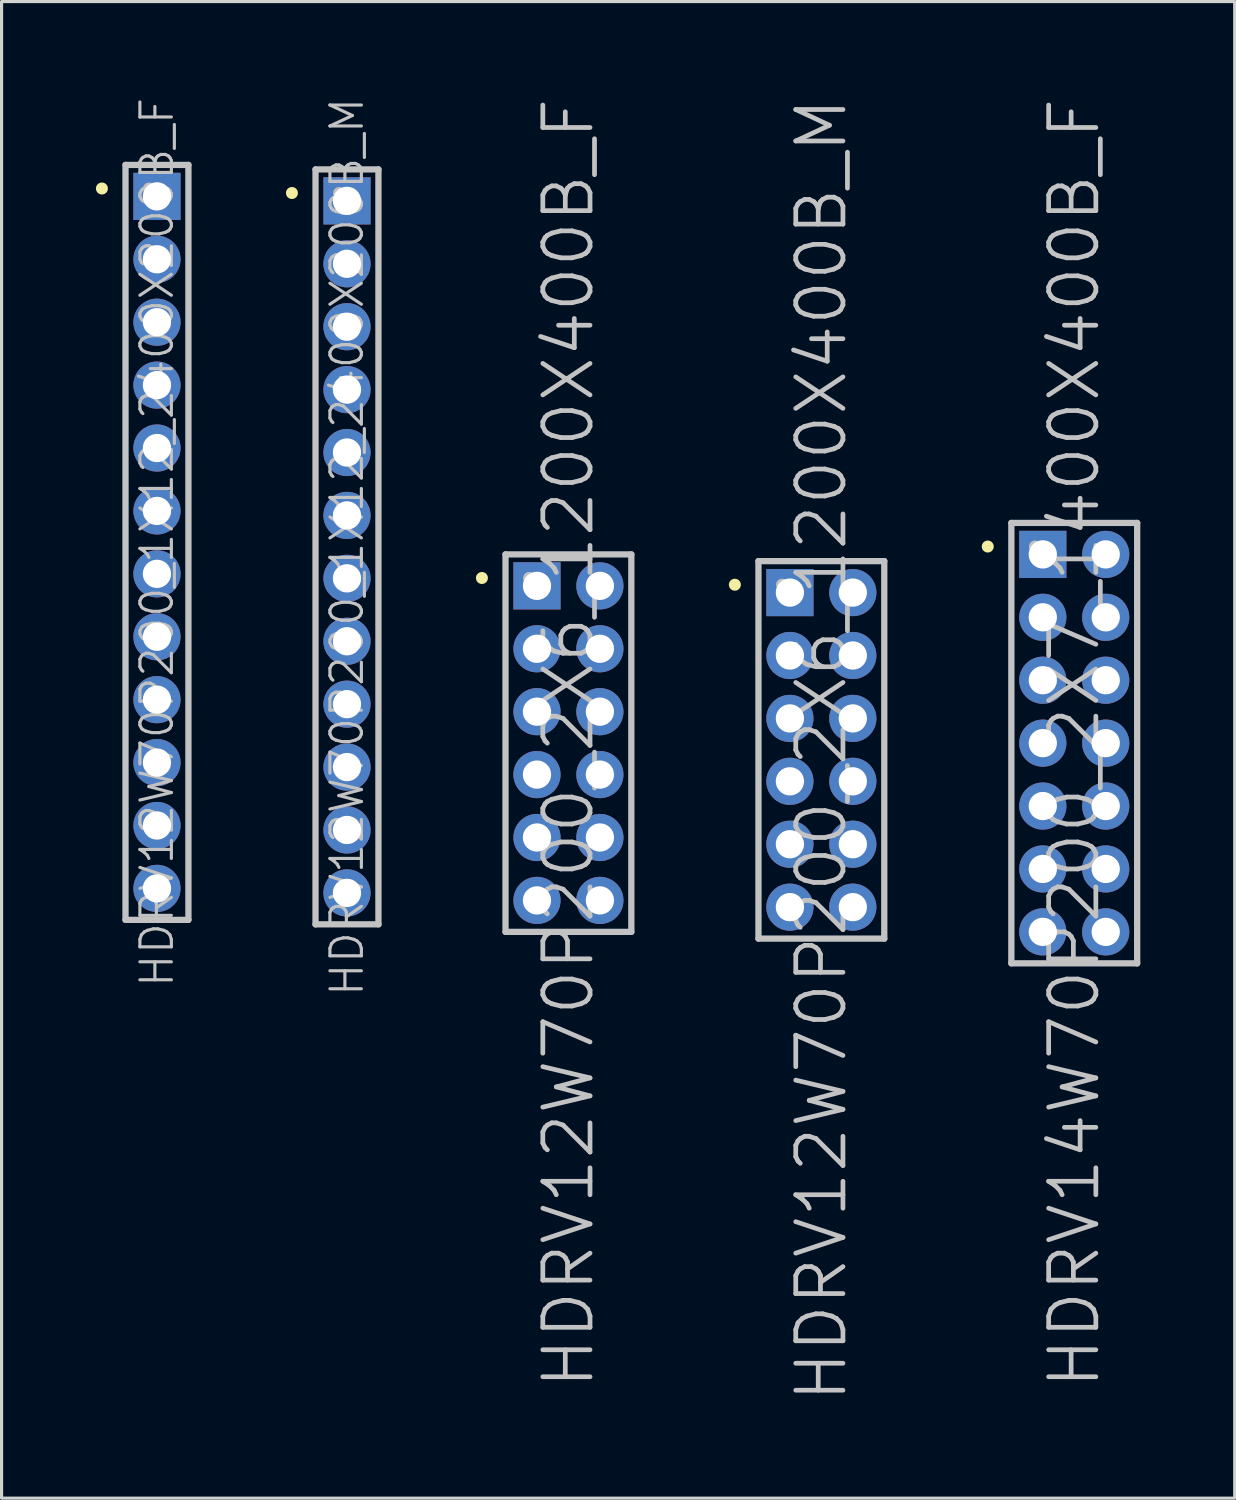
<source format=kicad_pcb>
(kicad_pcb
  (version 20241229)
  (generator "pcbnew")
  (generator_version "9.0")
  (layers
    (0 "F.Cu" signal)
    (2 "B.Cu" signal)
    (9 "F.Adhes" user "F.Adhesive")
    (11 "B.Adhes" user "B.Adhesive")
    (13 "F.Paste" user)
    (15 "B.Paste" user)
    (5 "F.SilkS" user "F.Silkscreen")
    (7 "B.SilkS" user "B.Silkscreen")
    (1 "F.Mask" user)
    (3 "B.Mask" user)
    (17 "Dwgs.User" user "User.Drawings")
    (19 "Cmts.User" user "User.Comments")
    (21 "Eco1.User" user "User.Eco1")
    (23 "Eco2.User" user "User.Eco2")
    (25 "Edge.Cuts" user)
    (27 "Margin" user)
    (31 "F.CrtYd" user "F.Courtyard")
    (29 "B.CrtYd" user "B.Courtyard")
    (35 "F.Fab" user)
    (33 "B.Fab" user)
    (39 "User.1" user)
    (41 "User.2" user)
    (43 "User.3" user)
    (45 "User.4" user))
  (footprint "HDRV12W70P200_2X6_1200X400B_M"
    (layer "F.Cu")
    (at 23.062 20.789)
    (property "Reference" "HDRV12W70P200_2X6_1200X400B_M" (at 0 0 90) (layer "Dwgs.User") (effects (font (size 1.5 1.5) (thickness 0.15))))
    (attr through_hole)
    (fp_line (start -2.75 -5.25) (end -2.75 -5.25) (stroke (width 0.381) (type solid)) (layer "F.SilkS"))
    (fp_line (start -2 -6) (end -2 6) (stroke (width 0.2) (type solid)) (layer "Dwgs.User"))
    (fp_line (start -2 -6) (end 2 -6) (stroke (width 0.2) (type solid)) (layer "Dwgs.User"))
    (fp_line (start -2 6) (end 2 6) (stroke (width 0.2) (type solid)) (layer "Dwgs.User"))
    (fp_line (start -1.25 -5.25) (end -1.25 -5.25) (stroke (width 0.381) (type solid)) (layer "Dwgs.User"))
    (fp_line (start 2 -6) (end 2 6) (stroke (width 0.2) (type solid)) (layer "Dwgs.User"))
    (pad "1" thru_hole rect (at -1 -5) (size 1.5 1.5) (drill 0.9) (layers "*.Cu" "*.Mask"))
    (pad "2" thru_hole circle (at 1 -5 270) (size 1.5 1.5) (drill 0.9) (layers "*.Cu" "*.Mask"))
    (pad "3" thru_hole circle (at -1 -3 270) (size 1.5 1.5) (drill 0.9) (layers "*.Cu" "*.Mask"))
    (pad "4" thru_hole circle (at 1 -3 270) (size 1.5 1.5) (drill 0.9) (layers "*.Cu" "*.Mask"))
    (pad "5" thru_hole circle (at -1 -1 270) (size 1.5 1.5) (drill 0.9) (layers "*.Cu" "*.Mask"))
    (pad "6" thru_hole circle (at 1 -1 270) (size 1.5 1.5) (drill 0.9) (layers "*.Cu" "*.Mask"))
    (pad "7" thru_hole circle (at -1 1 270) (size 1.5 1.5) (drill 0.9) (layers "*.Cu" "*.Mask"))
    (pad "8" thru_hole circle (at 1 1 270) (size 1.5 1.5) (drill 0.9) (layers "*.Cu" "*.Mask"))
    (pad "9" thru_hole circle (at -1 3 270) (size 1.5 1.5) (drill 0.9) (layers "*.Cu" "*.Mask"))
    (pad "10" thru_hole circle (at 1 3 270) (size 1.5 1.5) (drill 0.9) (layers "*.Cu" "*.Mask"))
    (pad "11" thru_hole circle (at -1 5 270) (size 1.5 1.5) (drill 0.9) (layers "*.Cu" "*.Mask"))
    (pad "12" thru_hole circle (at 1 5 270) (size 1.5 1.5) (drill 0.9) (layers "*.Cu" "*.Mask")))
  (footprint "HDRV14W70P200_2X7_1400X400B_F"
    (layer "F.Cu")
    (at 31.102 20.575)
    (property "Reference" "HDRV14W70P200_2X7_1400X400B_F" (at 0 0 90) (layer "Dwgs.User") (effects (font (size 1.5 1.5) (thickness 0.15))))
    (attr through_hole)
    (fp_line (start -2.75 -6.25) (end -2.75 -6.25) (stroke (width 0.381) (type solid)) (layer "F.SilkS"))
    (fp_line (start -2 -7) (end -2 7) (stroke (width 0.2) (type solid)) (layer "Dwgs.User"))
    (fp_line (start -2 -7) (end 2 -7) (stroke (width 0.2) (type solid)) (layer "Dwgs.User"))
    (fp_line (start -2 7) (end 2 7) (stroke (width 0.2) (type solid)) (layer "Dwgs.User"))
    (fp_line (start -1.25 -6.25) (end -1.25 -6.25) (stroke (width 0.381) (type solid)) (layer "Dwgs.User"))
    (fp_line (start 2 -7) (end 2 7) (stroke (width 0.2) (type solid)) (layer "Dwgs.User"))
    (pad "1" thru_hole rect (at -1 -6) (size 1.5 1.5) (drill 0.9) (layers "*.Cu" "*.Mask"))
    (pad "2" thru_hole circle (at 1 -6 270) (size 1.5 1.5) (drill 0.9) (layers "*.Cu" "*.Mask"))
    (pad "3" thru_hole circle (at -1 -4 270) (size 1.5 1.5) (drill 0.9) (layers "*.Cu" "*.Mask"))
    (pad "4" thru_hole circle (at 1 -4 270) (size 1.5 1.5) (drill 0.9) (layers "*.Cu" "*.Mask"))
    (pad "5" thru_hole circle (at -1 -2 270) (size 1.5 1.5) (drill 0.9) (layers "*.Cu" "*.Mask"))
    (pad "6" thru_hole circle (at 1 -2 270) (size 1.5 1.5) (drill 0.9) (layers "*.Cu" "*.Mask"))
    (pad "7" thru_hole circle (at -1 0 270) (size 1.5 1.5) (drill 0.9) (layers "*.Cu" "*.Mask"))
    (pad "8" thru_hole circle (at 1 0 270) (size 1.5 1.5) (drill 0.9) (layers "*.Cu" "*.Mask"))
    (pad "9" thru_hole circle (at -1 2 270) (size 1.5 1.5) (drill 0.9) (layers "*.Cu" "*.Mask"))
    (pad "10" thru_hole circle (at 1 2 270) (size 1.5 1.5) (drill 0.9) (layers "*.Cu" "*.Mask"))
    (pad "11" thru_hole circle (at -1 4 270) (size 1.5 1.5) (drill 0.9) (layers "*.Cu" "*.Mask"))
    (pad "12" thru_hole circle (at 1 4 270) (size 1.5 1.5) (drill 0.9) (layers "*.Cu" "*.Mask"))
    (pad "13" thru_hole circle (at -1 6 270) (size 1.5 1.5) (drill 0.9) (layers "*.Cu" "*.Mask"))
    (pad "14" thru_hole circle (at 1 6 270) (size 1.5 1.5) (drill 0.9) (layers "*.Cu" "*.Mask")))
  (footprint "HDRV12W70P200_1X12_2400X200B_M"
    (layer "F.Cu")
    (at 7.981 14.336)
    (property "Reference" "HDRV12W70P200_1X12_2400X200B_M" (at 0 0 90) (layer "Dwgs.User") (effects (font (size 1 1) (thickness 0.1))))
    (attr through_hole)
    (fp_line (start -1.75 -11.25) (end -1.75 -11.25) (stroke (width 0.381) (type solid)) (layer "F.SilkS"))
    (fp_line (start -1 -12) (end -1 12) (stroke (width 0.2) (type solid)) (layer "Dwgs.User"))
    (fp_line (start -1 -12) (end 1 -12) (stroke (width 0.2) (type solid)) (layer "Dwgs.User"))
    (fp_line (start -1 12) (end 1 12) (stroke (width 0.2) (type solid)) (layer "Dwgs.User"))
    (fp_line (start -0.25 -11.25) (end -0.25 -11.25) (stroke (width 0.381) (type solid)) (layer "Dwgs.User"))
    (fp_line (start 1 -12) (end 1 12) (stroke (width 0.2) (type solid)) (layer "Dwgs.User"))
    (pad "1" thru_hole rect (at 0 -11) (size 1.5 1.5) (drill 0.9) (layers "*.Cu" "*.Mask"))
    (pad "2" thru_hole circle (at 0 -9 270) (size 1.5 1.5) (drill 0.9) (layers "*.Cu" "*.Mask"))
    (pad "3" thru_hole circle (at 0 -7 270) (size 1.5 1.5) (drill 0.9) (layers "*.Cu" "*.Mask"))
    (pad "4" thru_hole circle (at 0 -5 270) (size 1.5 1.5) (drill 0.9) (layers "*.Cu" "*.Mask"))
    (pad "5" thru_hole circle (at 0 -3 270) (size 1.5 1.5) (drill 0.9) (layers "*.Cu" "*.Mask"))
    (pad "6" thru_hole circle (at 0 -1 270) (size 1.5 1.5) (drill 0.9) (layers "*.Cu" "*.Mask"))
    (pad "7" thru_hole circle (at 0 1 270) (size 1.5 1.5) (drill 0.9) (layers "*.Cu" "*.Mask"))
    (pad "8" thru_hole circle (at 0 3 270) (size 1.5 1.5) (drill 0.9) (layers "*.Cu" "*.Mask"))
    (pad "9" thru_hole circle (at 0 5 270) (size 1.5 1.5) (drill 0.9) (layers "*.Cu" "*.Mask"))
    (pad "10" thru_hole circle (at 0 7 270) (size 1.5 1.5) (drill 0.9) (layers "*.Cu" "*.Mask"))
    (pad "11" thru_hole circle (at 0 9 270) (size 1.5 1.5) (drill 0.9) (layers "*.Cu" "*.Mask"))
    (pad "12" thru_hole circle (at 0 11 270) (size 1.5 1.5) (drill 0.9) (layers "*.Cu" "*.Mask")))
  (footprint "HDRV12W70P200_2X6_1200X400B_F"
    (layer "F.Cu")
    (at 15.021 20.575)
    (property "Reference" "HDRV12W70P200_2X6_1200X400B_F" (at 0 0 90) (layer "Dwgs.User") (effects (font (size 1.5 1.5) (thickness 0.15))))
    (attr through_hole)
    (fp_line (start -2.75 -5.25) (end -2.75 -5.25) (stroke (width 0.381) (type solid)) (layer "F.SilkS"))
    (fp_line (start -2 -6) (end -2 6) (stroke (width 0.2) (type solid)) (layer "Dwgs.User"))
    (fp_line (start -2 -6) (end 2 -6) (stroke (width 0.2) (type solid)) (layer "Dwgs.User"))
    (fp_line (start -2 6) (end 2 6) (stroke (width 0.2) (type solid)) (layer "Dwgs.User"))
    (fp_line (start -1.25 -5.25) (end -1.25 -5.25) (stroke (width 0.381) (type solid)) (layer "Dwgs.User"))
    (fp_line (start 2 -6) (end 2 6) (stroke (width 0.2) (type solid)) (layer "Dwgs.User"))
    (pad "1" thru_hole rect (at -1 -5) (size 1.5 1.5) (drill 0.9) (layers "*.Cu" "*.Mask"))
    (pad "2" thru_hole circle (at 1 -5 270) (size 1.5 1.5) (drill 0.9) (layers "*.Cu" "*.Mask"))
    (pad "3" thru_hole circle (at -1 -3 270) (size 1.5 1.5) (drill 0.9) (layers "*.Cu" "*.Mask"))
    (pad "4" thru_hole circle (at 1 -3 270) (size 1.5 1.5) (drill 0.9) (layers "*.Cu" "*.Mask"))
    (pad "5" thru_hole circle (at -1 -1 270) (size 1.5 1.5) (drill 0.9) (layers "*.Cu" "*.Mask"))
    (pad "6" thru_hole circle (at 1 -1 270) (size 1.5 1.5) (drill 0.9) (layers "*.Cu" "*.Mask"))
    (pad "7" thru_hole circle (at -1 1 270) (size 1.5 1.5) (drill 0.9) (layers "*.Cu" "*.Mask"))
    (pad "8" thru_hole circle (at 1 1 270) (size 1.5 1.5) (drill 0.9) (layers "*.Cu" "*.Mask"))
    (pad "9" thru_hole circle (at -1 3 270) (size 1.5 1.5) (drill 0.9) (layers "*.Cu" "*.Mask"))
    (pad "10" thru_hole circle (at 1 3 270) (size 1.5 1.5) (drill 0.9) (layers "*.Cu" "*.Mask"))
    (pad "11" thru_hole circle (at -1 5 270) (size 1.5 1.5) (drill 0.9) (layers "*.Cu" "*.Mask"))
    (pad "12" thru_hole circle (at 1 5 270) (size 1.5 1.5) (drill 0.9) (layers "*.Cu" "*.Mask")))
  (footprint "HDRV12W70P200_1X12_2400X200B_F"
    (layer "F.Cu")
    (at 1.94 14.193)
    (property "Reference" "HDRV12W70P200_1X12_2400X200B_F" (at 0 0 90) (layer "Dwgs.User") (effects (font (size 1 1) (thickness 0.1))))
    (attr through_hole)
    (fp_line (start -1.75 -11.25) (end -1.75 -11.25) (stroke (width 0.381) (type solid)) (layer "F.SilkS"))
    (fp_line (start -1 -12) (end -1 12) (stroke (width 0.2) (type solid)) (layer "Dwgs.User"))
    (fp_line (start -1 -12) (end 1 -12) (stroke (width 0.2) (type solid)) (layer "Dwgs.User"))
    (fp_line (start -1 12) (end 1 12) (stroke (width 0.2) (type solid)) (layer "Dwgs.User"))
    (fp_line (start -0.25 -11.25) (end -0.25 -11.25) (stroke (width 0.381) (type solid)) (layer "Dwgs.User"))
    (fp_line (start 1 -12) (end 1 12) (stroke (width 0.2) (type solid)) (layer "Dwgs.User"))
    (pad "1" thru_hole rect (at 0 -11) (size 1.5 1.5) (drill 0.9) (layers "*.Cu" "*.Mask"))
    (pad "2" thru_hole circle (at 0 -9 270) (size 1.5 1.5) (drill 0.9) (layers "*.Cu" "*.Mask"))
    (pad "3" thru_hole circle (at 0 -7 270) (size 1.5 1.5) (drill 0.9) (layers "*.Cu" "*.Mask"))
    (pad "4" thru_hole circle (at 0 -5 270) (size 1.5 1.5) (drill 0.9) (layers "*.Cu" "*.Mask"))
    (pad "5" thru_hole circle (at 0 -3 270) (size 1.5 1.5) (drill 0.9) (layers "*.Cu" "*.Mask"))
    (pad "6" thru_hole circle (at 0 -1 270) (size 1.5 1.5) (drill 0.9) (layers "*.Cu" "*.Mask"))
    (pad "7" thru_hole circle (at 0 1 270) (size 1.5 1.5) (drill 0.9) (layers "*.Cu" "*.Mask"))
    (pad "8" thru_hole circle (at 0 3 270) (size 1.5 1.5) (drill 0.9) (layers "*.Cu" "*.Mask"))
    (pad "9" thru_hole circle (at 0 5 270) (size 1.5 1.5) (drill 0.9) (layers "*.Cu" "*.Mask"))
    (pad "10" thru_hole circle (at 0 7 270) (size 1.5 1.5) (drill 0.9) (layers "*.Cu" "*.Mask"))
    (pad "11" thru_hole circle (at 0 9 270) (size 1.5 1.5) (drill 0.9) (layers "*.Cu" "*.Mask"))
    (pad "12" thru_hole circle (at 0 11 270) (size 1.5 1.5) (drill 0.9) (layers "*.Cu" "*.Mask")))
  (gr_rect
    (start -3 -3)
    (end 36.203 44.579)
    (stroke (width 0.1) (type default))
    (fill no)
    (layer "Edge.Cuts")))
</source>
